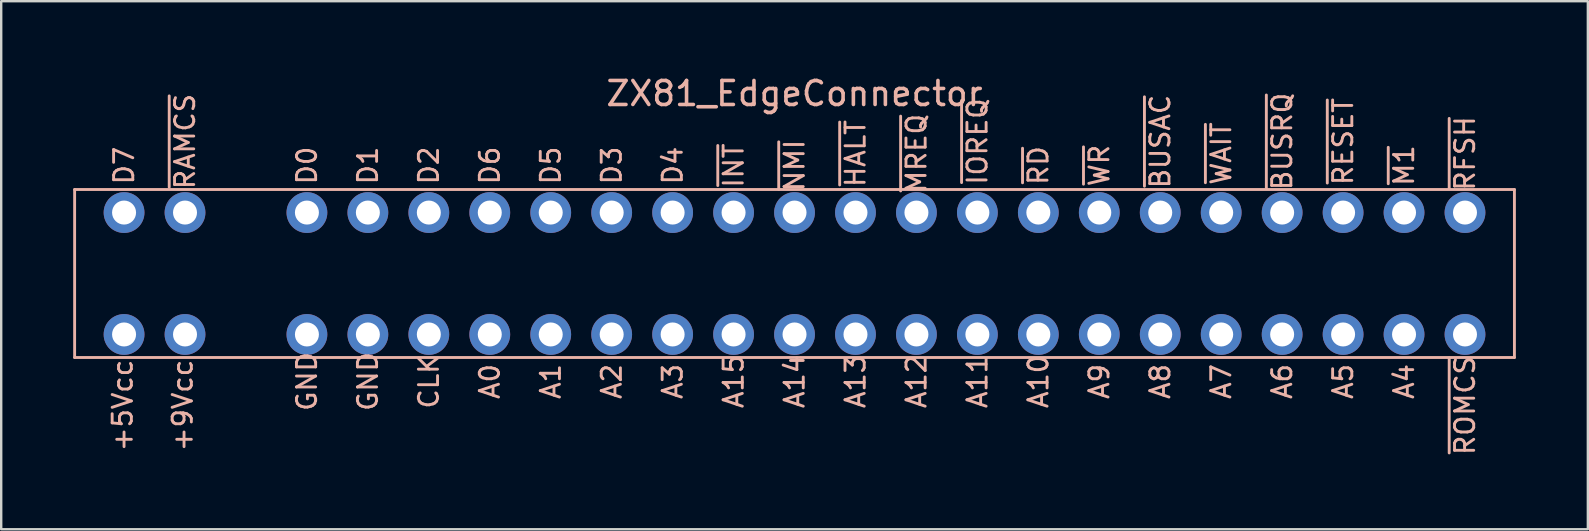
<source format=kicad_pcb>
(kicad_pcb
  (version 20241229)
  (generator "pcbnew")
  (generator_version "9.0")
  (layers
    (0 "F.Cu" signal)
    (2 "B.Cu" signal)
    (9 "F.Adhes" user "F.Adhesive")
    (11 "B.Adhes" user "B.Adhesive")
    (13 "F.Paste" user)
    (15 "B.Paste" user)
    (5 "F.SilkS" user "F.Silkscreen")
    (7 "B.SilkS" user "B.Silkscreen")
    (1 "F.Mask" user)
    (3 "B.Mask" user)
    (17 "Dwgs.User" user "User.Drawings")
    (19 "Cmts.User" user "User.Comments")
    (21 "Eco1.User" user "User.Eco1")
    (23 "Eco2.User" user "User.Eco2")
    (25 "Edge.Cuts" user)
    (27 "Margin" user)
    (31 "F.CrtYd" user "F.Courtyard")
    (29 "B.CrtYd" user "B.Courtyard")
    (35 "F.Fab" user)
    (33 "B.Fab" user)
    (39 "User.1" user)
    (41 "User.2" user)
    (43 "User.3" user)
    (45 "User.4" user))
  (footprint "ZX81_EdgeConnector"
    (layer "F.Cu")
    (at 30.06 8.348)
    (property "Reference" "ZX81_EdgeConnector" (at 0 -7.5 0) (layer "B.SilkS") (effects (font (size 1 1) (thickness 0.15))))
    (attr through_hole)
    (fp_line (start -30 -3.5) (end -30 3.5) (stroke (width 0.12) (type solid)) (layer "B.SilkS"))
    (fp_line (start -30 -3.5) (end 30 -3.5) (stroke (width 0.12) (type solid)) (layer "B.SilkS"))
    (fp_line (start -30 3.5) (end 30 3.5) (stroke (width 0.12) (type solid)) (layer "B.SilkS"))
    (fp_line (start 30 -3.5) (end 30 3.5) (stroke (width 0.12) (type solid)) (layer "B.SilkS"))
    (fp_text user "A5" (at 22.86 4.5 270) (layer "B.SilkS") (effects (font (size 0.8 0.8) (thickness 0.12))))
    (fp_text user "A14" (at 0 4.5 270) (layer "B.SilkS") (effects (font (size 0.8 0.8) (thickness 0.12))))
    (fp_text user "A7" (at 17.78 4.5 270) (layer "B.SilkS") (effects (font (size 0.8 0.8) (thickness 0.12))))
    (fp_text user "A3" (at -5.08 4.5 270) (layer "B.SilkS") (effects (font (size 0.8 0.8) (thickness 0.12))))
    (fp_text user "~{M1}" (at 25.4 -4.5 90) (layer "B.SilkS") (effects (font (size 0.8 0.8) (thickness 0.12))))
    (fp_text user "GND" (at -20.32 4.5 270) (layer "B.SilkS") (effects (font (size 0.8 0.8) (thickness 0.12))))
    (fp_text user "~{INT}" (at -2.54 -4.5 90) (layer "B.SilkS") (effects (font (size 0.8 0.8) (thickness 0.12))))
    (fp_text user "~{WAIT}" (at 17.78 -5 90) (layer "B.SilkS") (effects (font (size 0.8 0.8) (thickness 0.12))))
    (fp_text user "~{RFSH}" (at 27.94 -5 90) (layer "B.SilkS") (effects (font (size 0.8 0.8) (thickness 0.12))))
    (fp_text user "~{BUSRQ}" (at 20.32 -5.5 90) (layer "B.SilkS") (effects (font (size 0.8 0.8) (thickness 0.12))))
    (fp_text user "A12" (at 5.08 4.5 270) (layer "B.SilkS") (effects (font (size 0.8 0.8) (thickness 0.12))))
    (fp_text user "A2" (at -7.62 4.5 270) (layer "B.SilkS") (effects (font (size 0.8 0.8) (thickness 0.12))))
    (fp_text user "A1" (at -10.16 4.5 270) (layer "B.SilkS") (effects (font (size 0.8 0.8) (thickness 0.12))))
    (fp_text user "A9" (at 12.7 4.5 270) (layer "B.SilkS") (effects (font (size 0.8 0.8) (thickness 0.12))))
    (fp_text user "D0" (at -20.32 -4.5 90) (layer "B.SilkS") (effects (font (size 0.8 0.8) (thickness 0.12))))
    (fp_text user "A4" (at 25.4 4.5 270) (layer "B.SilkS") (effects (font (size 0.8 0.8) (thickness 0.12))))
    (fp_text user "D5" (at -10.16 -4.5 90) (layer "B.SilkS") (effects (font (size 0.8 0.8) (thickness 0.12))))
    (fp_text user "D3" (at -7.62 -4.5 90) (layer "B.SilkS") (effects (font (size 0.8 0.8) (thickness 0.12))))
    (fp_text user "A10" (at 10.16 4.5 270) (layer "B.SilkS") (effects (font (size 0.8 0.8) (thickness 0.12))))
    (fp_text user "A6" (at 20.32 4.5 270) (layer "B.SilkS") (effects (font (size 0.8 0.8) (thickness 0.12))))
    (fp_text user "~{RD}" (at 10.16 -4.5 90) (layer "B.SilkS") (effects (font (size 0.8 0.8) (thickness 0.12))))
    (fp_text user "D4" (at -5.08 -4.5 90) (layer "B.SilkS") (effects (font (size 0.8 0.8) (thickness 0.12))))
    (fp_text user "D6" (at -12.7 -4.5 90) (layer "B.SilkS") (effects (font (size 0.8 0.8) (thickness 0.12))))
    (fp_text user "~{RAMCS}" (at -25.4 -5.5 90) (layer "B.SilkS") (effects (font (size 0.8 0.8) (thickness 0.12))))
    (fp_text user "A8" (at 15.24 4.5 270) (layer "B.SilkS") (effects (font (size 0.8 0.8) (thickness 0.12))))
    (fp_text user "+9Vcc" (at -25.5 5.5 270) (layer "B.SilkS") (effects (font (size 0.8 0.8) (thickness 0.12))))
    (fp_text user "~{RESET}" (at 22.86 -5.5 90) (layer "B.SilkS") (effects (font (size 0.8 0.8) (thickness 0.12))))
    (fp_text user "A13" (at 2.54 4.5 270) (layer "B.SilkS") (effects (font (size 0.8 0.8) (thickness 0.12))))
    (fp_text user "CLK" (at -15.24 4.5 270) (layer "B.SilkS") (effects (font (size 0.8 0.8) (thickness 0.12))))
    (fp_text user "D2" (at -15.24 -4.5 90) (layer "B.SilkS") (effects (font (size 0.8 0.8) (thickness 0.12))))
    (fp_text user "~{MREQ}" (at 5.08 -5 90) (layer "B.SilkS") (effects (font (size 0.8 0.8) (thickness 0.12))))
    (fp_text user "D1" (at -17.78 -4.5 90) (layer "B.SilkS") (effects (font (size 0.8 0.8) (thickness 0.12))))
    (fp_text user "~{NMI}" (at 0 -4.5 90) (layer "B.SilkS") (effects (font (size 0.8 0.8) (thickness 0.12))))
    (fp_text user "+5Vcc" (at -28 5.5 270) (layer "B.SilkS") (effects (font (size 0.8 0.8) (thickness 0.12))))
    (fp_text user "GND" (at -17.78 4.5 270) (layer "B.SilkS") (effects (font (size 0.8 0.8) (thickness 0.12))))
    (fp_text user "~{BUSAC}" (at 15.24 -5.5 90) (layer "B.SilkS") (effects (font (size 0.8 0.8) (thickness 0.12))))
    (fp_text user "~{IOREQ}" (at 7.62 -5.5 90) (layer "B.SilkS") (effects (font (size 0.8 0.8) (thickness 0.12))))
    (fp_text user "A11" (at 7.62 4.5 270) (layer "B.SilkS") (effects (font (size 0.8 0.8) (thickness 0.12))))
    (fp_text user "~{HALT}" (at 2.54 -5 90) (layer "B.SilkS") (effects (font (size 0.8 0.8) (thickness 0.12))))
    (fp_text user "A15" (at -2.54 4.5 270) (layer "B.SilkS") (effects (font (size 0.8 0.8) (thickness 0.12))))
    (fp_text user "~{ROMCS}" (at 27.94 5.5 270) (layer "B.SilkS") (effects (font (size 0.8 0.8) (thickness 0.12))))
    (fp_text user "D7" (at -27.94 -4.5 90) (layer "B.SilkS") (effects (font (size 0.8 0.8) (thickness 0.12))))
    (fp_text user "~{WR}" (at 12.7 -4.5 90) (layer "B.SilkS") (effects (font (size 0.8 0.8) (thickness 0.12))))
    (fp_text user "A0" (at -12.7 4.5 270) (layer "B.SilkS") (effects (font (size 0.8 0.8) (thickness 0.12))))
    (pad "A3" thru_hole circle (at -27.94 2.54) (size 1.7 1.7) (drill 1) (layers "*.Cu" "*.Mask"))
    (pad "A4" thru_hole circle (at -25.4 2.54) (size 1.7 1.7) (drill 1) (layers "*.Cu" "*.Mask"))
    (pad "A6" thru_hole circle (at -20.32 2.54) (size 1.7 1.7) (drill 1) (layers "*.Cu" "*.Mask"))
    (pad "A7" thru_hole circle (at -17.78 2.54) (size 1.7 1.7) (drill 1) (layers "*.Cu" "*.Mask"))
    (pad "A8" thru_hole circle (at -15.24 2.54) (size 1.7 1.7) (drill 1) (layers "*.Cu" "*.Mask"))
    (pad "A9" thru_hole circle (at -12.7 2.54) (size 1.7 1.7) (drill 1) (layers "*.Cu" "*.Mask"))
    (pad "A10" thru_hole circle (at -10.16 2.54) (size 1.7 1.7) (drill 1) (layers "*.Cu" "*.Mask"))
    (pad "A11" thru_hole circle (at -7.62 2.54) (size 1.7 1.7) (drill 1) (layers "*.Cu" "*.Mask"))
    (pad "A12" thru_hole circle (at -5.08 2.54) (size 1.7 1.7) (drill 1) (layers "*.Cu" "*.Mask"))
    (pad "A13" thru_hole circle (at -2.54 2.54) (size 1.7 1.7) (drill 1) (layers "*.Cu" "*.Mask"))
    (pad "A14" thru_hole circle (at 0 2.54) (size 1.7 1.7) (drill 1) (layers "*.Cu" "*.Mask"))
    (pad "A15" thru_hole circle (at 2.54 2.54) (size 1.7 1.7) (drill 1) (layers "*.Cu" "*.Mask"))
    (pad "A16" thru_hole circle (at 5.08 2.54) (size 1.7 1.7) (drill 1) (layers "*.Cu" "*.Mask"))
    (pad "A17" thru_hole circle (at 7.62 2.54) (size 1.7 1.7) (drill 1) (layers "*.Cu" "*.Mask"))
    (pad "A18" thru_hole circle (at 10.16 2.54) (size 1.7 1.7) (drill 1) (layers "*.Cu" "*.Mask"))
    (pad "A19" thru_hole circle (at 12.7 2.54) (size 1.7 1.7) (drill 1) (layers "*.Cu" "*.Mask"))
    (pad "A20" thru_hole circle (at 15.24 2.54) (size 1.7 1.7) (drill 1) (layers "*.Cu" "*.Mask"))
    (pad "A21" thru_hole circle (at 17.78 2.54) (size 1.7 1.7) (drill 1) (layers "*.Cu" "*.Mask"))
    (pad "A22" thru_hole circle (at 20.32 2.54) (size 1.7 1.7) (drill 1) (layers "*.Cu" "*.Mask"))
    (pad "A23" thru_hole circle (at 22.86 2.54) (size 1.7 1.7) (drill 1) (layers "*.Cu" "*.Mask"))
    (pad "A24" thru_hole circle (at 25.4 2.54) (size 1.7 1.7) (drill 1) (layers "*.Cu" "*.Mask"))
    (pad "A25" thru_hole circle (at 27.94 2.54) (size 1.7 1.7) (drill 1) (layers "*.Cu" "*.Mask"))
    (pad "B3" thru_hole circle (at -27.94 -2.54) (size 1.7 1.7) (drill 1) (layers "*.Cu" "*.Mask"))
    (pad "B4" thru_hole circle (at -25.4 -2.54) (size 1.7 1.7) (drill 1) (layers "*.Cu" "*.Mask"))
    (pad "B6" thru_hole circle (at -20.32 -2.54) (size 1.7 1.7) (drill 1) (layers "*.Cu" "*.Mask"))
    (pad "B7" thru_hole circle (at -17.78 -2.54) (size 1.7 1.7) (drill 1) (layers "*.Cu" "*.Mask"))
    (pad "B8" thru_hole circle (at -15.24 -2.54) (size 1.7 1.7) (drill 1) (layers "*.Cu" "*.Mask"))
    (pad "B9" thru_hole circle (at -12.7 -2.54) (size 1.7 1.7) (drill 1) (layers "*.Cu" "*.Mask"))
    (pad "B10" thru_hole circle (at -10.16 -2.54) (size 1.7 1.7) (drill 1) (layers "*.Cu" "*.Mask"))
    (pad "B11" thru_hole circle (at -7.62 -2.54) (size 1.7 1.7) (drill 1) (layers "*.Cu" "*.Mask"))
    (pad "B12" thru_hole circle (at -5.08 -2.54) (size 1.7 1.7) (drill 1) (layers "*.Cu" "*.Mask"))
    (pad "B13" thru_hole circle (at -2.54 -2.54) (size 1.7 1.7) (drill 1) (layers "*.Cu" "*.Mask"))
    (pad "B14" thru_hole circle (at 0 -2.54) (size 1.7 1.7) (drill 1) (layers "*.Cu" "*.Mask"))
    (pad "B15" thru_hole circle (at 2.54 -2.54) (size 1.7 1.7) (drill 1) (layers "*.Cu" "*.Mask"))
    (pad "B16" thru_hole circle (at 5.08 -2.54) (size 1.7 1.7) (drill 1) (layers "*.Cu" "*.Mask"))
    (pad "B17" thru_hole circle (at 7.62 -2.54) (size 1.7 1.7) (drill 1) (layers "*.Cu" "*.Mask"))
    (pad "B18" thru_hole circle (at 10.16 -2.54) (size 1.7 1.7) (drill 1) (layers "*.Cu" "*.Mask"))
    (pad "B19" thru_hole circle (at 12.7 -2.54) (size 1.7 1.7) (drill 1) (layers "*.Cu" "*.Mask"))
    (pad "B20" thru_hole circle (at 15.24 -2.54) (size 1.7 1.7) (drill 1) (layers "*.Cu" "*.Mask"))
    (pad "B21" thru_hole circle (at 17.78 -2.54) (size 1.7 1.7) (drill 1) (layers "*.Cu" "*.Mask"))
    (pad "B22" thru_hole circle (at 20.32 -2.54) (size 1.7 1.7) (drill 1) (layers "*.Cu" "*.Mask"))
    (pad "B23" thru_hole circle (at 22.86 -2.54) (size 1.7 1.7) (drill 1) (layers "*.Cu" "*.Mask"))
    (pad "B24" thru_hole circle (at 25.4 -2.54) (size 1.7 1.7) (drill 1) (layers "*.Cu" "*.Mask"))
    (pad "B25" thru_hole circle (at 27.94 -2.54) (size 1.7 1.7) (drill 1) (layers "*.Cu" "*.Mask")))
  (gr_rect
    (start -3 -3)
    (end 63.12 19.005)
    (stroke (width 0.1) (type default))
    (fill no)
    (layer "Edge.Cuts")))
</source>
